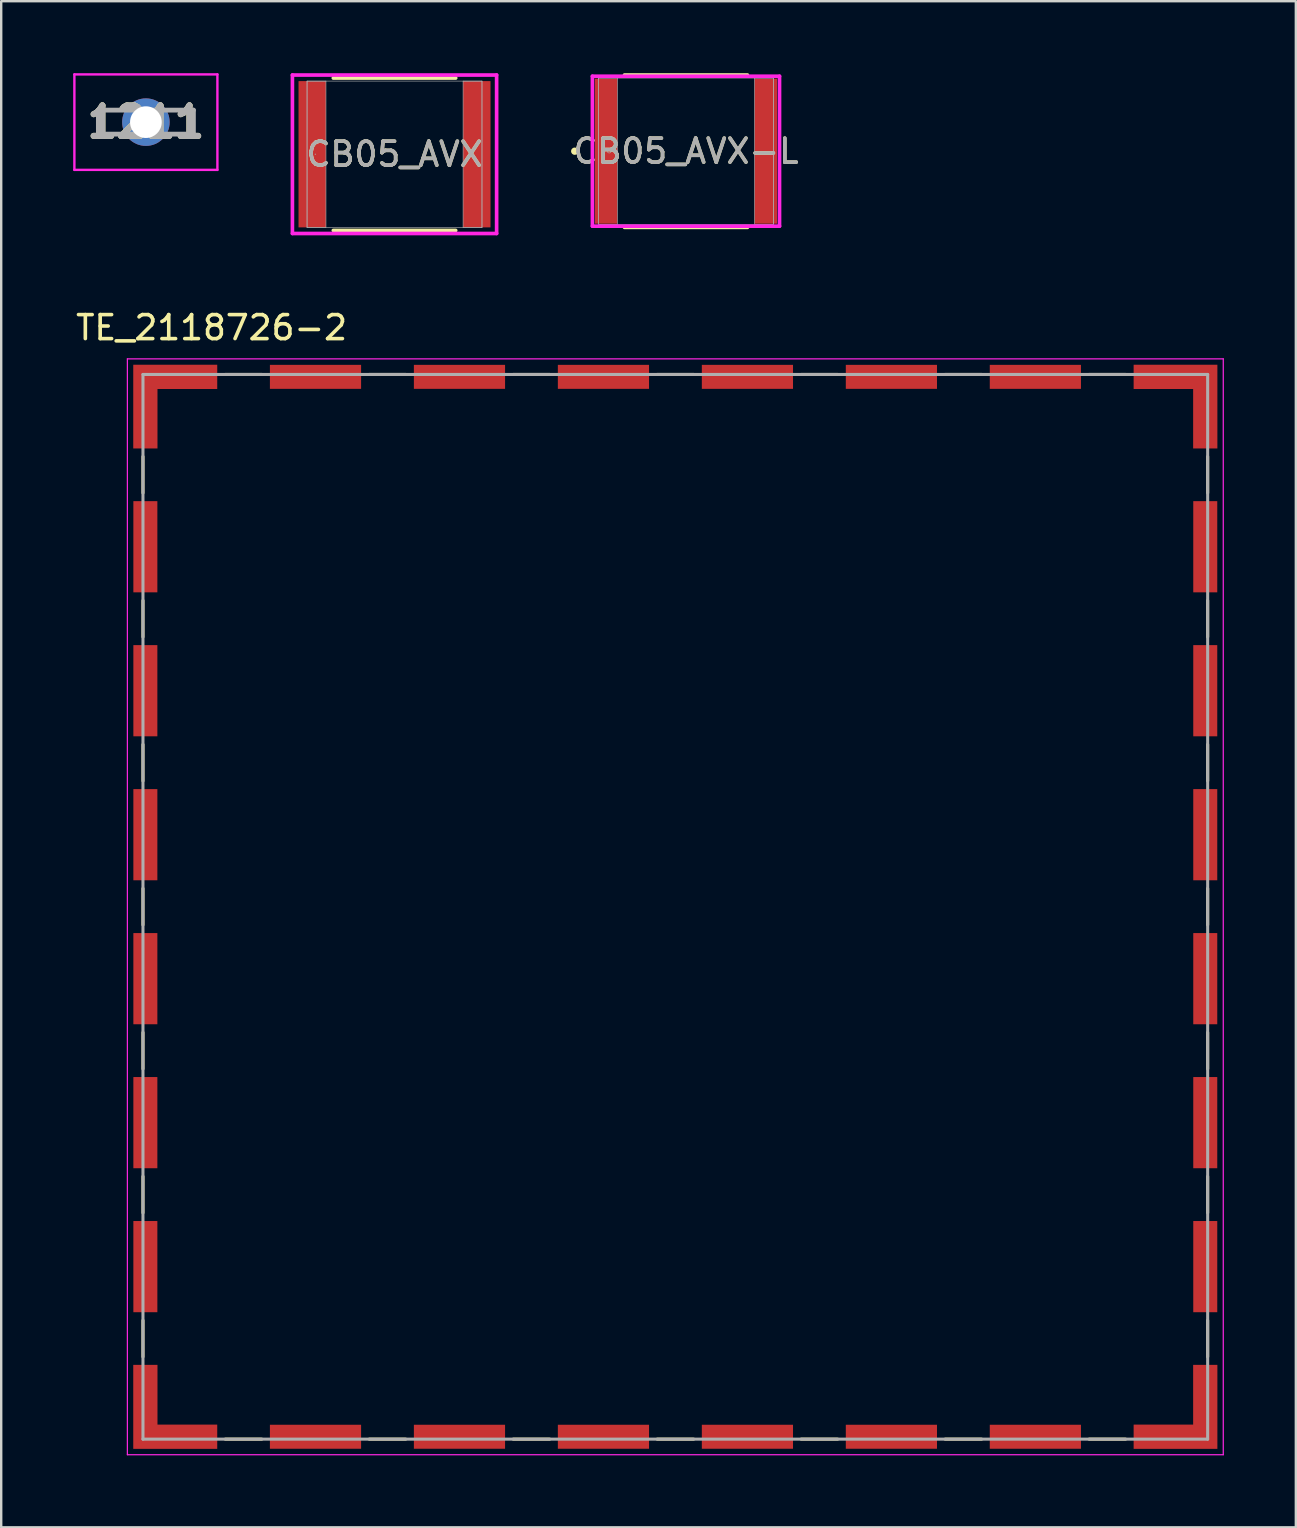
<source format=kicad_pcb>
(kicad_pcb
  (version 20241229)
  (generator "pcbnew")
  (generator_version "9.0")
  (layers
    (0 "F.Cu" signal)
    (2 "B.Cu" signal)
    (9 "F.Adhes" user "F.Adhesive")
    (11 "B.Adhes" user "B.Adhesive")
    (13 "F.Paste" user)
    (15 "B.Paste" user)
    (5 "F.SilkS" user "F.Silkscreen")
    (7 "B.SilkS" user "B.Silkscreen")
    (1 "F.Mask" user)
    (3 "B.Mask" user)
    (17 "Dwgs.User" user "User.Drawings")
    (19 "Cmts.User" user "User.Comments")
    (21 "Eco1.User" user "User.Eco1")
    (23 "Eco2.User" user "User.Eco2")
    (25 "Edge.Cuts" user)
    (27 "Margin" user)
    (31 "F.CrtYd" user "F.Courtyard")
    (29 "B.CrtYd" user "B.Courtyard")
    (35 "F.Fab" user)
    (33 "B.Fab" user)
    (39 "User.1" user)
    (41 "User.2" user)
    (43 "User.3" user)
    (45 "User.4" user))
  (footprint "CB05_AVX"
    (layer "F.Cu")
    (at 13.391 3.378)
    (property "Reference" "CB05_AVX" (at 0 0 0) (unlocked yes) (layer "F.SilkS") (effects (font (size 1 1) (thickness 0.15))))
    (attr smd)
    (fp_line (start -2.55 3.175) (end 2.55 3.175) (stroke (width 0.152) (type solid)) (layer "F.SilkS"))
    (fp_line (start 2.55 -3.175) (end -2.55 -3.175) (stroke (width 0.152) (type solid)) (layer "F.SilkS"))
    (fp_line (start -4.255 -3.302) (end 4.255 -3.302) (stroke (width 0.152) (type solid)) (layer "F.CrtYd"))
    (fp_line (start -4.255 3.302) (end -4.255 -3.302) (stroke (width 0.152) (type solid)) (layer "F.CrtYd"))
    (fp_line (start 4.255 -3.302) (end 4.255 3.302) (stroke (width 0.152) (type solid)) (layer "F.CrtYd"))
    (fp_line (start 4.255 3.302) (end -4.255 3.302) (stroke (width 0.152) (type solid)) (layer "F.CrtYd"))
    (fp_line (start -3.645 -3.048) (end -3.645 3.048) (stroke (width 0.025) (type solid)) (layer "F.Fab"))
    (fp_line (start -3.645 -3.048) (end -3.645 3.048) (stroke (width 0.025) (type solid)) (layer "F.Fab"))
    (fp_line (start -3.645 3.048) (end -2.857 3.048) (stroke (width 0.025) (type solid)) (layer "F.Fab"))
    (fp_line (start -3.645 3.048) (end 3.645 3.048) (stroke (width 0.025) (type solid)) (layer "F.Fab"))
    (fp_line (start -2.857 -3.048) (end -3.645 -3.048) (stroke (width 0.025) (type solid)) (layer "F.Fab"))
    (fp_line (start -2.857 3.048) (end -2.857 -3.048) (stroke (width 0.025) (type solid)) (layer "F.Fab"))
    (fp_line (start 2.857 -3.048) (end 2.857 3.048) (stroke (width 0.025) (type solid)) (layer "F.Fab"))
    (fp_line (start 2.857 3.048) (end 3.645 3.048) (stroke (width 0.025) (type solid)) (layer "F.Fab"))
    (fp_line (start 3.645 -3.048) (end -3.645 -3.048) (stroke (width 0.025) (type solid)) (layer "F.Fab"))
    (fp_line (start 3.645 -3.048) (end 2.857 -3.048) (stroke (width 0.025) (type solid)) (layer "F.Fab"))
    (fp_line (start 3.645 3.048) (end 3.645 -3.048) (stroke (width 0.025) (type solid)) (layer "F.Fab"))
    (fp_line (start 3.645 3.048) (end 3.645 -3.048) (stroke (width 0.025) (type solid)) (layer "F.Fab"))
    (fp_circle (center -3.302 0) (end -3.302 0) (stroke (width 0.025) (type solid)) (fill no) (layer "F.Fab"))
    (fp_text user "${REFERENCE}" (at 0 0 0) (unlocked yes) (layer "F.Fab") (effects (font (size 1 1) (thickness 0.15))))
    (pad "1" smd rect (at -3.429 0) (size 1.143 6.096) (layers "F.Cu" "F.Mask" "F.Paste"))
    (pad "2" smd rect (at 3.429 0) (size 1.143 6.096) (layers "F.Cu" "F.Mask" "F.Paste"))
    (zone (net_name "") (layer "F.Cu") (hatch full 0.508) (connect_pads) (min_thickness 0.254) (filled_areas_thickness no) (keepout (tracks not_allowed) (vias not_allowed) (pads allowed) (copperpour not_allowed) (footprints allowed)) (placement (enabled no)) (fill) (polygon (pts (xy 10.584 0.381) (xy 16.197 0.381) (xy 16.197 6.375) (xy 10.584 6.375)))))
  (footprint "1211"
    (layer "F.Cu")
    (at 3.03 2.04)
    (property "Reference" "1211" (at 0 0 0) (layer "F.SilkS") (effects (font (size 1.27 1.27) (thickness 0.254))))
    (attr through_hole)
    (fp_line (start -1.98 -0.5) (end -1.98 0.5) (stroke (width 0.1) (type solid)) (layer "F.SilkS"))
    (fp_line (start -1.98 0.5) (end -1.5 0.5) (stroke (width 0.1) (type solid)) (layer "F.SilkS"))
    (fp_line (start -1.5 -0.5) (end -1.98 -0.5) (stroke (width 0.1) (type solid)) (layer "F.SilkS"))
    (fp_line (start 1.5 -0.5) (end 1.98 -0.5) (stroke (width 0.1) (type solid)) (layer "F.SilkS"))
    (fp_line (start 1.98 -0.5) (end 1.98 0.5) (stroke (width 0.1) (type solid)) (layer "F.SilkS"))
    (fp_line (start 1.98 0.5) (end 1.5 0.5) (stroke (width 0.1) (type solid)) (layer "F.SilkS"))
    (fp_line (start -2.98 -1.99) (end 2.98 -1.99) (stroke (width 0.1) (type solid)) (layer "F.CrtYd"))
    (fp_line (start -2.98 1.99) (end -2.98 -1.99) (stroke (width 0.1) (type solid)) (layer "F.CrtYd"))
    (fp_line (start 2.98 -1.99) (end 2.98 1.99) (stroke (width 0.1) (type solid)) (layer "F.CrtYd"))
    (fp_line (start 2.98 1.99) (end -2.98 1.99) (stroke (width 0.1) (type solid)) (layer "F.CrtYd"))
    (fp_line (start -1.98 -0.5) (end 1.98 -0.5) (stroke (width 0.2) (type solid)) (layer "F.Fab"))
    (fp_line (start -1.98 0.5) (end -1.98 -0.5) (stroke (width 0.2) (type solid)) (layer "F.Fab"))
    (fp_line (start 1.98 -0.5) (end 1.98 0.5) (stroke (width 0.2) (type solid)) (layer "F.Fab"))
    (fp_line (start 1.98 0.5) (end -1.98 0.5) (stroke (width 0.2) (type solid)) (layer "F.Fab"))
    (fp_text user "${REFERENCE}" (at 0 0 0) (layer "F.Fab") (effects (font (size 1.27 1.27) (thickness 0.254))))
    (pad "1" thru_hole circle (at 0 0) (size 1.98 1.98) (drill 1.32) (layers "*.Cu" "*.Mask")))
  (footprint "TE_2118726-2"
    (layer "F.Cu")
    (at 25.093 34.74)
    (property "Reference" "TE_2118726-2" (at -19.325 -24.135 0) (layer "F.SilkS") (effects (font (size 1 1) (thickness 0.15))))
    (attr smd)
    (fp_poly (pts (xy -22.685 -19.005) (xy -21.485 -19.005) (xy -21.485 -21.485) (xy -18.995 -21.485) (xy -18.995 -22.685) (xy -22.685 -22.685)) (stroke (width 0.01) (type solid)) (fill yes) (layer "F.Mask"))
    (fp_poly (pts (xy -22.685 18.995) (xy -21.485 18.995) (xy -21.485 21.485) (xy -18.995 21.485) (xy -18.995 22.685) (xy -22.685 22.685)) (stroke (width 0.01) (type solid)) (fill yes) (layer "F.Mask"))
    (fp_poly (pts (xy 22.685 -19.005) (xy 21.485 -19.005) (xy 21.485 -21.485) (xy 18.995 -21.485) (xy 18.995 -22.685) (xy 22.685 -22.685)) (stroke (width 0.01) (type solid)) (fill yes) (layer "F.Mask"))
    (fp_poly (pts (xy 22.685 18.995) (xy 21.485 18.995) (xy 21.485 21.485) (xy 18.995 21.485) (xy 18.995 22.685) (xy 22.685 22.685)) (stroke (width 0.01) (type solid)) (fill yes) (layer "F.Mask"))
    (fp_line (start -22.185 -17.245) (end -22.185 -18.765) (stroke (width 0.127) (type solid)) (layer "F.SilkS"))
    (fp_line (start -22.185 -11.245) (end -22.185 -12.765) (stroke (width 0.127) (type solid)) (layer "F.SilkS"))
    (fp_line (start -22.185 -5.245) (end -22.185 -6.765) (stroke (width 0.127) (type solid)) (layer "F.SilkS"))
    (fp_line (start -22.185 0.755) (end -22.185 -0.765) (stroke (width 0.127) (type solid)) (layer "F.SilkS"))
    (fp_line (start -22.185 6.755) (end -22.185 5.235) (stroke (width 0.127) (type solid)) (layer "F.SilkS"))
    (fp_line (start -22.185 12.755) (end -22.185 11.235) (stroke (width 0.127) (type solid)) (layer "F.SilkS"))
    (fp_line (start -22.185 18.755) (end -22.185 17.235) (stroke (width 0.127) (type solid)) (layer "F.SilkS"))
    (fp_line (start -18.755 -22.185) (end -17.235 -22.185) (stroke (width 0.127) (type solid)) (layer "F.SilkS"))
    (fp_line (start -18.755 22.185) (end -17.235 22.185) (stroke (width 0.127) (type solid)) (layer "F.SilkS"))
    (fp_line (start -12.755 -22.185) (end -11.235 -22.185) (stroke (width 0.127) (type solid)) (layer "F.SilkS"))
    (fp_line (start -12.755 22.185) (end -11.235 22.185) (stroke (width 0.127) (type solid)) (layer "F.SilkS"))
    (fp_line (start -6.755 -22.185) (end -5.235 -22.185) (stroke (width 0.127) (type solid)) (layer "F.SilkS"))
    (fp_line (start -6.755 22.185) (end -5.235 22.185) (stroke (width 0.127) (type solid)) (layer "F.SilkS"))
    (fp_line (start -0.755 -22.185) (end 0.765 -22.185) (stroke (width 0.127) (type solid)) (layer "F.SilkS"))
    (fp_line (start -0.755 22.185) (end 0.765 22.185) (stroke (width 0.127) (type solid)) (layer "F.SilkS"))
    (fp_line (start 5.245 -22.185) (end 6.765 -22.185) (stroke (width 0.127) (type solid)) (layer "F.SilkS"))
    (fp_line (start 5.245 22.185) (end 6.765 22.185) (stroke (width 0.127) (type solid)) (layer "F.SilkS"))
    (fp_line (start 11.245 -22.185) (end 12.765 -22.185) (stroke (width 0.127) (type solid)) (layer "F.SilkS"))
    (fp_line (start 11.245 22.185) (end 12.765 22.185) (stroke (width 0.127) (type solid)) (layer "F.SilkS"))
    (fp_line (start 17.245 -22.185) (end 18.765 -22.185) (stroke (width 0.127) (type solid)) (layer "F.SilkS"))
    (fp_line (start 17.245 22.185) (end 18.765 22.185) (stroke (width 0.127) (type solid)) (layer "F.SilkS"))
    (fp_line (start 22.185 -17.245) (end 22.185 -18.765) (stroke (width 0.127) (type solid)) (layer "F.SilkS"))
    (fp_line (start 22.185 -11.245) (end 22.185 -12.765) (stroke (width 0.127) (type solid)) (layer "F.SilkS"))
    (fp_line (start 22.185 -5.245) (end 22.185 -6.765) (stroke (width 0.127) (type solid)) (layer "F.SilkS"))
    (fp_line (start 22.185 0.755) (end 22.185 -0.765) (stroke (width 0.127) (type solid)) (layer "F.SilkS"))
    (fp_line (start 22.185 6.755) (end 22.185 5.235) (stroke (width 0.127) (type solid)) (layer "F.SilkS"))
    (fp_line (start 22.185 12.755) (end 22.185 11.235) (stroke (width 0.127) (type solid)) (layer "F.SilkS"))
    (fp_line (start 22.185 18.755) (end 22.185 17.235) (stroke (width 0.127) (type solid)) (layer "F.SilkS"))
    (fp_poly (pts (xy -22.585 -19.105) (xy -21.585 -19.105) (xy -21.585 -21.585) (xy -19.095 -21.585) (xy -19.095 -22.585) (xy -22.585 -22.585)) (stroke (width 0.01) (type solid)) (fill yes) (layer "F.Paste"))
    (fp_poly (pts (xy -22.585 19.095) (xy -21.585 19.095) (xy -21.585 21.585) (xy -19.095 21.585) (xy -19.095 22.585) (xy -22.585 22.585)) (stroke (width 0.01) (type solid)) (fill yes) (layer "F.Paste"))
    (fp_poly (pts (xy 22.585 -19.105) (xy 21.585 -19.105) (xy 21.585 -21.585) (xy 19.105 -21.585) (xy 19.105 -22.585) (xy 22.585 -22.585)) (stroke (width 0.01) (type solid)) (fill yes) (layer "F.Paste"))
    (fp_poly (pts (xy 22.585 19.095) (xy 21.585 19.095) (xy 21.585 21.585) (xy 19.105 21.585) (xy 19.105 22.585) (xy 22.585 22.585)) (stroke (width 0.01) (type solid)) (fill yes) (layer "F.Paste"))
    (fp_line (start -22.835 -22.835) (end 22.835 -22.835) (stroke (width 0.05) (type solid)) (layer "F.CrtYd"))
    (fp_line (start -22.835 22.835) (end -22.835 -22.835) (stroke (width 0.05) (type solid)) (layer "F.CrtYd"))
    (fp_line (start 22.835 -22.835) (end 22.835 22.835) (stroke (width 0.05) (type solid)) (layer "F.CrtYd"))
    (fp_line (start 22.835 22.835) (end -22.835 22.835) (stroke (width 0.05) (type solid)) (layer "F.CrtYd"))
    (fp_line (start -22.185 -22.185) (end 22.185 -22.185) (stroke (width 0.127) (type solid)) (layer "F.Fab"))
    (fp_line (start -22.185 22.185) (end -22.185 -22.185) (stroke (width 0.127) (type solid)) (layer "F.Fab"))
    (fp_line (start 22.185 -22.185) (end 22.185 22.185) (stroke (width 0.127) (type solid)) (layer "F.Fab"))
    (fp_line (start 22.185 22.185) (end -22.185 22.185) (stroke (width 0.127) (type solid)) (layer "F.Fab"))
    (pad "S1" smd custom (at -22.085 -22.085) (size 1 1) (layers "F.Cu") (options (anchor rect)) (primitives (gr_poly (pts (xy -0.5 2.98) (xy 0.5 2.98) (xy 0.5 0.5) (xy 2.99 0.5) (xy 2.99 -0.5) (xy -0.5 -0.5)) (width 0.01) (fill yes))))
    (pad "S2" smd rect (at -14.995 -22.085 90) (size 1 3.8) (layers "F.Cu" "F.Mask" "F.Paste"))
    (pad "S3" smd rect (at -8.995 -22.085 90) (size 1 3.8) (layers "F.Cu" "F.Mask" "F.Paste"))
    (pad "S4" smd rect (at -2.995 -22.085 90) (size 1 3.8) (layers "F.Cu" "F.Mask" "F.Paste"))
    (pad "S5" smd rect (at 3.005 -22.085 90) (size 1 3.8) (layers "F.Cu" "F.Mask" "F.Paste"))
    (pad "S6" smd rect (at 9.005 -22.085 90) (size 1 3.8) (layers "F.Cu" "F.Mask" "F.Paste"))
    (pad "S7" smd rect (at 15.005 -22.085 90) (size 1 3.8) (layers "F.Cu" "F.Mask" "F.Paste"))
    (pad "S8" smd custom (at 22.085 -22.085) (size 1 1) (layers "F.Cu") (options (anchor rect)) (primitives (gr_poly (pts (xy 0.5 2.98) (xy -0.5 2.98) (xy -0.5 0.5) (xy -2.98 0.5) (xy -2.98 -0.5) (xy 0.5 -0.5)) (width 0.01) (fill yes))))
    (pad "S9" smd rect (at 22.085 -15.005 180) (size 1 3.8) (layers "F.Cu" "F.Mask" "F.Paste"))
    (pad "S10" smd rect (at 22.085 -9.005 180) (size 1 3.8) (layers "F.Cu" "F.Mask" "F.Paste"))
    (pad "S11" smd rect (at 22.085 -3.005 180) (size 1 3.8) (layers "F.Cu" "F.Mask" "F.Paste"))
    (pad "S12" smd rect (at 22.085 2.995 180) (size 1 3.8) (layers "F.Cu" "F.Mask" "F.Paste"))
    (pad "S13" smd rect (at 22.085 8.995 180) (size 1 3.8) (layers "F.Cu" "F.Mask" "F.Paste"))
    (pad "S14" smd rect (at 22.085 14.995 180) (size 1 3.8) (layers "F.Cu" "F.Mask" "F.Paste"))
    (pad "S15" smd custom (at 22.085 22.085) (size 1 1) (layers "F.Cu") (options (anchor rect)) (primitives (gr_poly (pts (xy 0.5 -2.99) (xy -0.5 -2.99) (xy -0.5 -0.5) (xy -2.98 -0.5) (xy -2.98 0.5) (xy 0.5 0.5)) (width 0.01) (fill yes))))
    (pad "S16" smd rect (at 15.005 22.085 90) (size 1 3.8) (layers "F.Cu" "F.Mask" "F.Paste"))
    (pad "S17" smd rect (at 9.005 22.085 90) (size 1 3.8) (layers "F.Cu" "F.Mask" "F.Paste"))
    (pad "S18" smd rect (at 3.005 22.085 90) (size 1 3.8) (layers "F.Cu" "F.Mask" "F.Paste"))
    (pad "S19" smd rect (at -2.995 22.085 90) (size 1 3.8) (layers "F.Cu" "F.Mask" "F.Paste"))
    (pad "S20" smd rect (at -8.995 22.085 90) (size 1 3.8) (layers "F.Cu" "F.Mask" "F.Paste"))
    (pad "S21" smd rect (at -14.995 22.085 90) (size 1 3.8) (layers "F.Cu" "F.Mask" "F.Paste"))
    (pad "S22" smd custom (at -22.085 22.085) (size 1 1) (layers "F.Cu") (options (anchor rect)) (primitives (gr_poly (pts (xy -0.5 -2.99) (xy 0.5 -2.99) (xy 0.5 -0.5) (xy 2.99 -0.5) (xy 2.99 0.5) (xy -0.5 0.5)) (width 0.01) (fill yes))))
    (pad "S23" smd rect (at -22.085 14.995 180) (size 1 3.8) (layers "F.Cu" "F.Mask" "F.Paste"))
    (pad "S24" smd rect (at -22.085 8.995 180) (size 1 3.8) (layers "F.Cu" "F.Mask" "F.Paste"))
    (pad "S25" smd rect (at -22.085 2.995 180) (size 1 3.8) (layers "F.Cu" "F.Mask" "F.Paste"))
    (pad "S26" smd rect (at -22.085 -3.005 180) (size 1 3.8) (layers "F.Cu" "F.Mask" "F.Paste"))
    (pad "S27" smd rect (at -22.085 -9.005 180) (size 1 3.8) (layers "F.Cu" "F.Mask" "F.Paste"))
    (pad "S28" smd rect (at -22.085 -15.005 180) (size 1 3.8) (layers "F.Cu" "F.Mask" "F.Paste")))
  (footprint "CB05_AVX-L"
    (layer "F.Cu")
    (at 25.537 3.251)
    (property "Reference" "CB05_AVX-L" (at 0 0 0) (unlocked yes) (layer "F.SilkS") (effects (font (size 1 1) (thickness 0.15))))
    (attr smd)
    (fp_line (start -2.562 3.175) (end 2.562 3.175) (stroke (width 0.152) (type solid)) (layer "F.SilkS"))
    (fp_line (start 2.562 -3.175) (end -2.562 -3.175) (stroke (width 0.152) (type solid)) (layer "F.SilkS"))
    (fp_circle (center -4.636 0) (end -4.559 0) (stroke (width 0.152) (type solid)) (fill no) (layer "F.SilkS"))
    (fp_line (start -3.899 -3.124) (end 3.899 -3.124) (stroke (width 0.152) (type solid)) (layer "F.CrtYd"))
    (fp_line (start -3.899 3.124) (end -3.899 -3.124) (stroke (width 0.152) (type solid)) (layer "F.CrtYd"))
    (fp_line (start 3.899 -3.124) (end 3.899 3.124) (stroke (width 0.152) (type solid)) (layer "F.CrtYd"))
    (fp_line (start 3.899 3.124) (end -3.899 3.124) (stroke (width 0.152) (type solid)) (layer "F.CrtYd"))
    (fp_line (start -3.645 -3.048) (end -3.645 3.048) (stroke (width 0.025) (type solid)) (layer "F.Fab"))
    (fp_line (start -3.645 -3.048) (end -3.645 3.048) (stroke (width 0.025) (type solid)) (layer "F.Fab"))
    (fp_line (start -3.645 3.048) (end -2.857 3.048) (stroke (width 0.025) (type solid)) (layer "F.Fab"))
    (fp_line (start -3.645 3.048) (end 3.645 3.048) (stroke (width 0.025) (type solid)) (layer "F.Fab"))
    (fp_line (start -2.857 -3.048) (end -3.645 -3.048) (stroke (width 0.025) (type solid)) (layer "F.Fab"))
    (fp_line (start -2.857 3.048) (end -2.857 -3.048) (stroke (width 0.025) (type solid)) (layer "F.Fab"))
    (fp_line (start 2.857 -3.048) (end 2.857 3.048) (stroke (width 0.025) (type solid)) (layer "F.Fab"))
    (fp_line (start 2.857 3.048) (end 3.645 3.048) (stroke (width 0.025) (type solid)) (layer "F.Fab"))
    (fp_line (start 3.645 -3.048) (end -3.645 -3.048) (stroke (width 0.025) (type solid)) (layer "F.Fab"))
    (fp_line (start 3.645 -3.048) (end 2.857 -3.048) (stroke (width 0.025) (type solid)) (layer "F.Fab"))
    (fp_line (start 3.645 3.048) (end 3.645 -3.048) (stroke (width 0.025) (type solid)) (layer "F.Fab"))
    (fp_line (start 3.645 3.048) (end 3.645 -3.048) (stroke (width 0.025) (type solid)) (layer "F.Fab"))
    (fp_circle (center -3.2 0) (end -3.124 0) (stroke (width 0.025) (type solid)) (fill no) (layer "F.Fab"))
    (fp_text user "${REFERENCE}" (at 0 0 0) (unlocked yes) (layer "F.Fab") (effects (font (size 1 1) (thickness 0.15))))
    (pad "1" smd rect (at -3.327 0) (size 0.94 6.045) (layers "F.Cu" "F.Mask" "F.Paste"))
    (pad "2" smd rect (at 3.327 0) (size 0.94 6.045) (layers "F.Cu" "F.Mask" "F.Paste"))
    (zone (net_name "") (layer "F.Cu") (hatch full 0.508) (connect_pads) (min_thickness 0.254) (filled_areas_thickness no) (keepout (tracks not_allowed) (vias not_allowed) (pads allowed) (copperpour not_allowed) (footprints allowed)) (placement (enabled no)) (fill) (polygon (pts (xy 22.73 0.254) (xy 28.344 0.254) (xy 28.344 6.248) (xy 22.73 6.248)))))
  (gr_rect
    (start -3 -3)
    (end 50.953 60.6)
    (stroke (width 0.1) (type default))
    (fill no)
    (layer "Edge.Cuts")))
</source>
